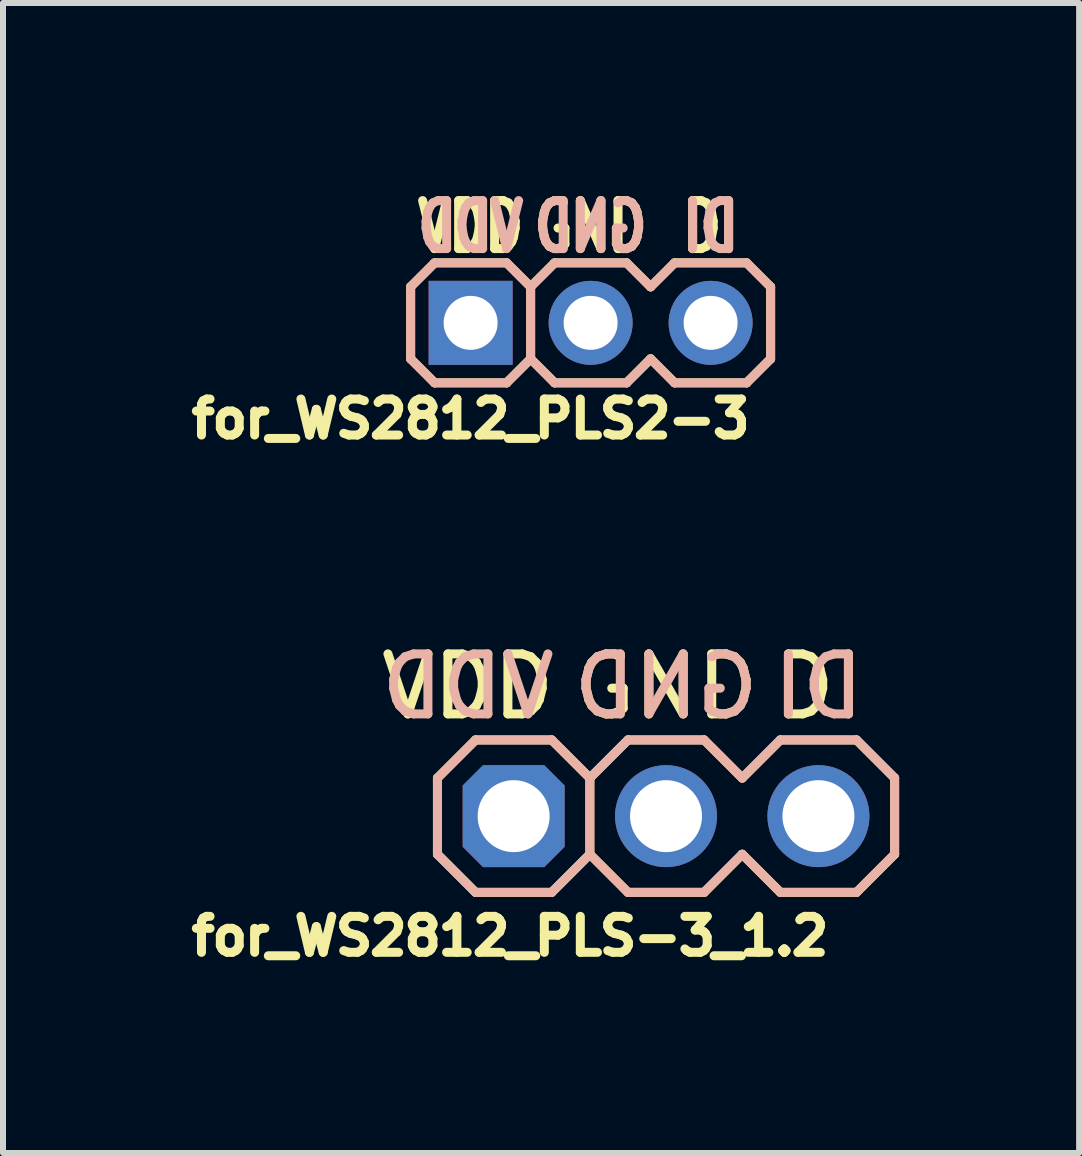
<source format=kicad_pcb>
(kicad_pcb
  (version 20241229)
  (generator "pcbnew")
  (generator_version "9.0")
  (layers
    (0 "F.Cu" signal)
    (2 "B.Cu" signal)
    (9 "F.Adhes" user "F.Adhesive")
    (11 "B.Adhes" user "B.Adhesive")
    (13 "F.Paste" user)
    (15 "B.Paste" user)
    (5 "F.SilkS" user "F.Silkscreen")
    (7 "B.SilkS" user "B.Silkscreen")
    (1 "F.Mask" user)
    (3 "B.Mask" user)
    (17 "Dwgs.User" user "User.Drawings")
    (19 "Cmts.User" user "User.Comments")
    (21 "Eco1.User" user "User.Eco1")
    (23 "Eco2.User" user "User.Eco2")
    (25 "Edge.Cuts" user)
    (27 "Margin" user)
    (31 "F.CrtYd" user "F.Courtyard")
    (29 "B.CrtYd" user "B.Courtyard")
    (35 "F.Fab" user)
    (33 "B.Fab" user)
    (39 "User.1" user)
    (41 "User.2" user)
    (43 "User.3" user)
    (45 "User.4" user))
  (footprint "for_WS2812_PLS2-3"
    (layer "F.Cu")
    (at 6.794 2.331)
    (property "Reference" "for_WS2812_PLS2-3" (at -2 1.6 0) (layer "F.SilkS") (effects (font (size 0.6 0.6) (thickness 0.15))))
    (attr through_hole)
    (fp_line (start -3 -0.6) (end -2.6 -1) (stroke (width 0.15) (type solid)) (layer "F.SilkS"))
    (fp_line (start -3 0.6) (end -3 -0.6) (stroke (width 0.15) (type solid)) (layer "F.SilkS"))
    (fp_line (start -2.6 -1) (end -1.4 -1) (stroke (width 0.15) (type solid)) (layer "F.SilkS"))
    (fp_line (start -2.6 1) (end -3 0.6) (stroke (width 0.15) (type solid)) (layer "F.SilkS"))
    (fp_line (start -1.4 1) (end -2.6 1) (stroke (width 0.15) (type solid)) (layer "F.SilkS"))
    (fp_line (start -1 -0.6) (end -1.4 -1) (stroke (width 0.15) (type solid)) (layer "F.SilkS"))
    (fp_line (start -1 -0.6) (end -0.6 -1) (stroke (width 0.15) (type solid)) (layer "F.SilkS"))
    (fp_line (start -1 0.6) (end -1.4 1) (stroke (width 0.15) (type solid)) (layer "F.SilkS"))
    (fp_line (start -1 0.6) (end -1 -0.6) (stroke (width 0.15) (type solid)) (layer "F.SilkS"))
    (fp_line (start -0.6 -1) (end 0.6 -1) (stroke (width 0.15) (type solid)) (layer "F.SilkS"))
    (fp_line (start -0.6 1) (end -1 0.6) (stroke (width 0.15) (type solid)) (layer "F.SilkS"))
    (fp_line (start 0.6 -1) (end 1 -0.6) (stroke (width 0.15) (type solid)) (layer "F.SilkS"))
    (fp_line (start 0.6 1) (end -0.6 1) (stroke (width 0.15) (type solid)) (layer "F.SilkS"))
    (fp_line (start 1 -0.6) (end 1.4 -1) (stroke (width 0.15) (type solid)) (layer "F.SilkS"))
    (fp_line (start 1 0.6) (end 0.6 1) (stroke (width 0.15) (type solid)) (layer "F.SilkS"))
    (fp_line (start 1.4 -1) (end 2.6 -1) (stroke (width 0.15) (type solid)) (layer "F.SilkS"))
    (fp_line (start 1.4 1) (end 1 0.6) (stroke (width 0.15) (type solid)) (layer "F.SilkS"))
    (fp_line (start 2.6 -1) (end 3 -0.6) (stroke (width 0.15) (type solid)) (layer "F.SilkS"))
    (fp_line (start 2.6 1) (end 1.4 1) (stroke (width 0.15) (type solid)) (layer "F.SilkS"))
    (fp_line (start 3 -0.6) (end 3 0.6) (stroke (width 0.15) (type solid)) (layer "F.SilkS"))
    (fp_line (start 3 0.6) (end 2.6 1) (stroke (width 0.15) (type solid)) (layer "F.SilkS"))
    (fp_line (start -3 -0.6) (end -2.6 -1) (stroke (width 0.15) (type solid)) (layer "B.SilkS"))
    (fp_line (start -3 0.6) (end -3 -0.6) (stroke (width 0.15) (type solid)) (layer "B.SilkS"))
    (fp_line (start -2.6 -1) (end -1.4 -1) (stroke (width 0.15) (type solid)) (layer "B.SilkS"))
    (fp_line (start -2.6 1) (end -3 0.6) (stroke (width 0.15) (type solid)) (layer "B.SilkS"))
    (fp_line (start -1.4 -1) (end -1 -0.6) (stroke (width 0.15) (type solid)) (layer "B.SilkS"))
    (fp_line (start -1.4 1) (end -2.6 1) (stroke (width 0.15) (type solid)) (layer "B.SilkS"))
    (fp_line (start -1 -0.6) (end -1 0.6) (stroke (width 0.15) (type solid)) (layer "B.SilkS"))
    (fp_line (start -1 -0.6) (end -0.6 -1) (stroke (width 0.15) (type solid)) (layer "B.SilkS"))
    (fp_line (start -1 0.6) (end -1.4 1) (stroke (width 0.15) (type solid)) (layer "B.SilkS"))
    (fp_line (start -0.6 -1) (end 0.6 -1) (stroke (width 0.15) (type solid)) (layer "B.SilkS"))
    (fp_line (start -0.6 1) (end -1 0.6) (stroke (width 0.15) (type solid)) (layer "B.SilkS"))
    (fp_line (start 0.6 -1) (end 1 -0.6) (stroke (width 0.15) (type solid)) (layer "B.SilkS"))
    (fp_line (start 0.6 1) (end -0.6 1) (stroke (width 0.15) (type solid)) (layer "B.SilkS"))
    (fp_line (start 1 -0.6) (end 1.4 -1) (stroke (width 0.15) (type solid)) (layer "B.SilkS"))
    (fp_line (start 1 0.6) (end 0.6 1) (stroke (width 0.15) (type solid)) (layer "B.SilkS"))
    (fp_line (start 1.4 -1) (end 2.6 -1) (stroke (width 0.15) (type solid)) (layer "B.SilkS"))
    (fp_line (start 1.4 1) (end 1 0.6) (stroke (width 0.15) (type solid)) (layer "B.SilkS"))
    (fp_line (start 2.6 -1) (end 3 -0.6) (stroke (width 0.15) (type solid)) (layer "B.SilkS"))
    (fp_line (start 2.6 1) (end 1.4 1) (stroke (width 0.15) (type solid)) (layer "B.SilkS"))
    (fp_line (start 3 -0.6) (end 3 0.6) (stroke (width 0.15) (type solid)) (layer "B.SilkS"))
    (fp_line (start 3 0.6) (end 2.6 1) (stroke (width 0.15) (type solid)) (layer "B.SilkS"))
    (fp_text user "DI" (at 2 -1.6 0) (layer "F.SilkS") (effects (font (size 0.8 0.6) (thickness 0.15))))
    (fp_text user "GND" (at 0 -1.6 0) (layer "F.SilkS") (effects (font (size 0.8 0.6) (thickness 0.15))))
    (fp_text user "VDD" (at -2 -1.6 0) (layer "F.SilkS") (effects (font (size 0.8 0.6) (thickness 0.15))))
    (fp_text user "DI" (at 2 -1.6 0) (layer "B.SilkS") (effects (font (size 0.8 0.6) (thickness 0.15)) (justify mirror)))
    (fp_text user "GND" (at 0 -1.6 0) (layer "B.SilkS") (effects (font (size 0.8 0.6) (thickness 0.15)) (justify mirror)))
    (fp_text user "VDD" (at -2 -1.6 0) (layer "B.SilkS") (effects (font (size 0.8 0.6) (thickness 0.15)) (justify mirror)))
    (pad "1" thru_hole rect (at -2 0) (size 1.4 1.4) (drill 0.9) (layers "*.Cu" "*.Mask"))
    (pad "2" thru_hole circle (at 0 0) (size 1.4 1.4) (drill 0.9) (layers "*.Cu" "*.Mask"))
    (pad "3" thru_hole circle (at 2 0) (size 1.4 1.4) (drill 0.9) (layers "*.Cu" "*.Mask")))
  (footprint "for_WS2812_PLS-3_1.2"
    (layer "F.Cu")
    (at 8.051 10.553)
    (property "Reference" "for_WS2812_PLS-3_1.2" (at -2.6 2 0) (layer "F.SilkS") (effects (font (size 0.6 0.6) (thickness 0.15))))
    (attr through_hole)
    (fp_line (start -3.81 0.635) (end -3.81 -0.635) (stroke (width 0.15) (type solid)) (layer "F.SilkS"))
    (fp_line (start -3.175 -1.27) (end -3.81 -0.635) (stroke (width 0.15) (type solid)) (layer "F.SilkS"))
    (fp_line (start -3.175 1.27) (end -3.81 0.635) (stroke (width 0.15) (type solid)) (layer "F.SilkS"))
    (fp_line (start -1.905 -1.27) (end -3.175 -1.27) (stroke (width 0.15) (type solid)) (layer "F.SilkS"))
    (fp_line (start -1.905 1.27) (end -3.175 1.27) (stroke (width 0.15) (type solid)) (layer "F.SilkS"))
    (fp_line (start -1.27 -0.635) (end -1.905 -1.27) (stroke (width 0.15) (type solid)) (layer "F.SilkS"))
    (fp_line (start -1.27 -0.635) (end -1.27 0.635) (stroke (width 0.15) (type solid)) (layer "F.SilkS"))
    (fp_line (start -1.27 0.635) (end -1.905 1.27) (stroke (width 0.15) (type solid)) (layer "F.SilkS"))
    (fp_line (start -0.635 -1.27) (end -1.27 -0.635) (stroke (width 0.15) (type solid)) (layer "F.SilkS"))
    (fp_line (start -0.635 1.27) (end -1.27 0.635) (stroke (width 0.15) (type solid)) (layer "F.SilkS"))
    (fp_line (start 0.635 -1.27) (end -0.635 -1.27) (stroke (width 0.15) (type solid)) (layer "F.SilkS"))
    (fp_line (start 0.635 1.27) (end -0.635 1.27) (stroke (width 0.15) (type solid)) (layer "F.SilkS"))
    (fp_line (start 1.27 -0.635) (end 0.635 -1.27) (stroke (width 0.15) (type solid)) (layer "F.SilkS"))
    (fp_line (start 1.27 0.635) (end 0.635 1.27) (stroke (width 0.15) (type solid)) (layer "F.SilkS"))
    (fp_line (start 1.905 -1.27) (end 1.27 -0.635) (stroke (width 0.15) (type solid)) (layer "F.SilkS"))
    (fp_line (start 1.905 1.27) (end 1.27 0.635) (stroke (width 0.15) (type solid)) (layer "F.SilkS"))
    (fp_line (start 3.175 -1.27) (end 1.905 -1.27) (stroke (width 0.15) (type solid)) (layer "F.SilkS"))
    (fp_line (start 3.175 1.27) (end 1.905 1.27) (stroke (width 0.15) (type solid)) (layer "F.SilkS"))
    (fp_line (start 3.81 -0.635) (end 3.175 -1.27) (stroke (width 0.15) (type solid)) (layer "F.SilkS"))
    (fp_line (start 3.81 -0.635) (end 3.81 0.635) (stroke (width 0.15) (type solid)) (layer "F.SilkS"))
    (fp_line (start 3.81 0.635) (end 3.175 1.27) (stroke (width 0.15) (type solid)) (layer "F.SilkS"))
    (fp_line (start -3.81 0.635) (end -3.81 -0.635) (stroke (width 0.15) (type solid)) (layer "B.SilkS"))
    (fp_line (start -3.175 -1.27) (end -3.81 -0.635) (stroke (width 0.15) (type solid)) (layer "B.SilkS"))
    (fp_line (start -3.175 -1.27) (end -1.905 -1.27) (stroke (width 0.15) (type solid)) (layer "B.SilkS"))
    (fp_line (start -3.175 1.27) (end -3.81 0.635) (stroke (width 0.15) (type solid)) (layer "B.SilkS"))
    (fp_line (start -1.905 1.27) (end -3.175 1.27) (stroke (width 0.15) (type solid)) (layer "B.SilkS"))
    (fp_line (start -1.27 -0.635) (end -1.905 -1.27) (stroke (width 0.15) (type solid)) (layer "B.SilkS"))
    (fp_line (start -1.27 -0.635) (end -1.27 0.635) (stroke (width 0.15) (type solid)) (layer "B.SilkS"))
    (fp_line (start -1.27 0.635) (end -1.905 1.27) (stroke (width 0.15) (type solid)) (layer "B.SilkS"))
    (fp_line (start -0.635 -1.27) (end -1.27 -0.635) (stroke (width 0.15) (type solid)) (layer "B.SilkS"))
    (fp_line (start -0.635 -1.27) (end 0.635 -1.27) (stroke (width 0.15) (type solid)) (layer "B.SilkS"))
    (fp_line (start -0.635 1.27) (end -1.27 0.635) (stroke (width 0.15) (type solid)) (layer "B.SilkS"))
    (fp_line (start 0.635 1.27) (end -0.635 1.27) (stroke (width 0.15) (type solid)) (layer "B.SilkS"))
    (fp_line (start 1.27 -0.635) (end 0.635 -1.27) (stroke (width 0.15) (type solid)) (layer "B.SilkS"))
    (fp_line (start 1.27 0.635) (end 0.635 1.27) (stroke (width 0.15) (type solid)) (layer "B.SilkS"))
    (fp_line (start 1.905 -1.27) (end 1.27 -0.635) (stroke (width 0.15) (type solid)) (layer "B.SilkS"))
    (fp_line (start 1.905 -1.27) (end 3.175 -1.27) (stroke (width 0.15) (type solid)) (layer "B.SilkS"))
    (fp_line (start 1.905 1.27) (end 1.27 0.635) (stroke (width 0.15) (type solid)) (layer "B.SilkS"))
    (fp_line (start 3.175 1.27) (end 1.905 1.27) (stroke (width 0.15) (type solid)) (layer "B.SilkS"))
    (fp_line (start 3.81 -0.635) (end 3.175 -1.27) (stroke (width 0.15) (type solid)) (layer "B.SilkS"))
    (fp_line (start 3.81 -0.635) (end 3.81 0.635) (stroke (width 0.15) (type solid)) (layer "B.SilkS"))
    (fp_line (start 3.81 0.635) (end 3.175 1.27) (stroke (width 0.15) (type solid)) (layer "B.SilkS"))
    (fp_text user "GND" (at 0 -2.159 0) (layer "F.SilkS") (effects (font (size 1 1) (thickness 0.15))))
    (fp_text user "VDD" (at -3.302 -2.159 0) (layer "F.SilkS") (effects (font (size 1 1) (thickness 0.15))))
    (fp_text user "DI" (at 2.54 -2.159 0) (layer "F.SilkS") (effects (font (size 1 1) (thickness 0.15))))
    (fp_text user "VDD" (at -3.302 -2.159 0) (layer "B.SilkS") (effects (font (size 1 1) (thickness 0.15)) (justify mirror)))
    (fp_text user "GND" (at 0 -2.159 0) (layer "B.SilkS") (effects (font (size 1 1) (thickness 0.15)) (justify mirror)))
    (fp_text user "DI" (at 2.54 -2.159 0) (layer "B.SilkS") (effects (font (size 1 1) (thickness 0.15)) (justify mirror)))
    (pad "1" thru_hole roundrect (at -2.54 0) (size 1.7 1.7) (drill 1.2) (layers "*.Cu" "*.Mask") (roundrect_rratio 0) (chamfer_ratio 0.2) (chamfer top_left top_right bottom_left bottom_right))
    (pad "2" thru_hole circle (at 0 0) (size 1.7 1.7) (drill 1.2) (layers "*.Cu" "*.Mask"))
    (pad "3" thru_hole circle (at 2.54 0) (size 1.7 1.7) (drill 1.2) (layers "*.Cu" "*.Mask")))
  (gr_rect
    (start -3 -3)
    (end 14.936 16.167)
    (stroke (width 0.1) (type default))
    (fill no)
    (layer "Edge.Cuts")))
</source>
